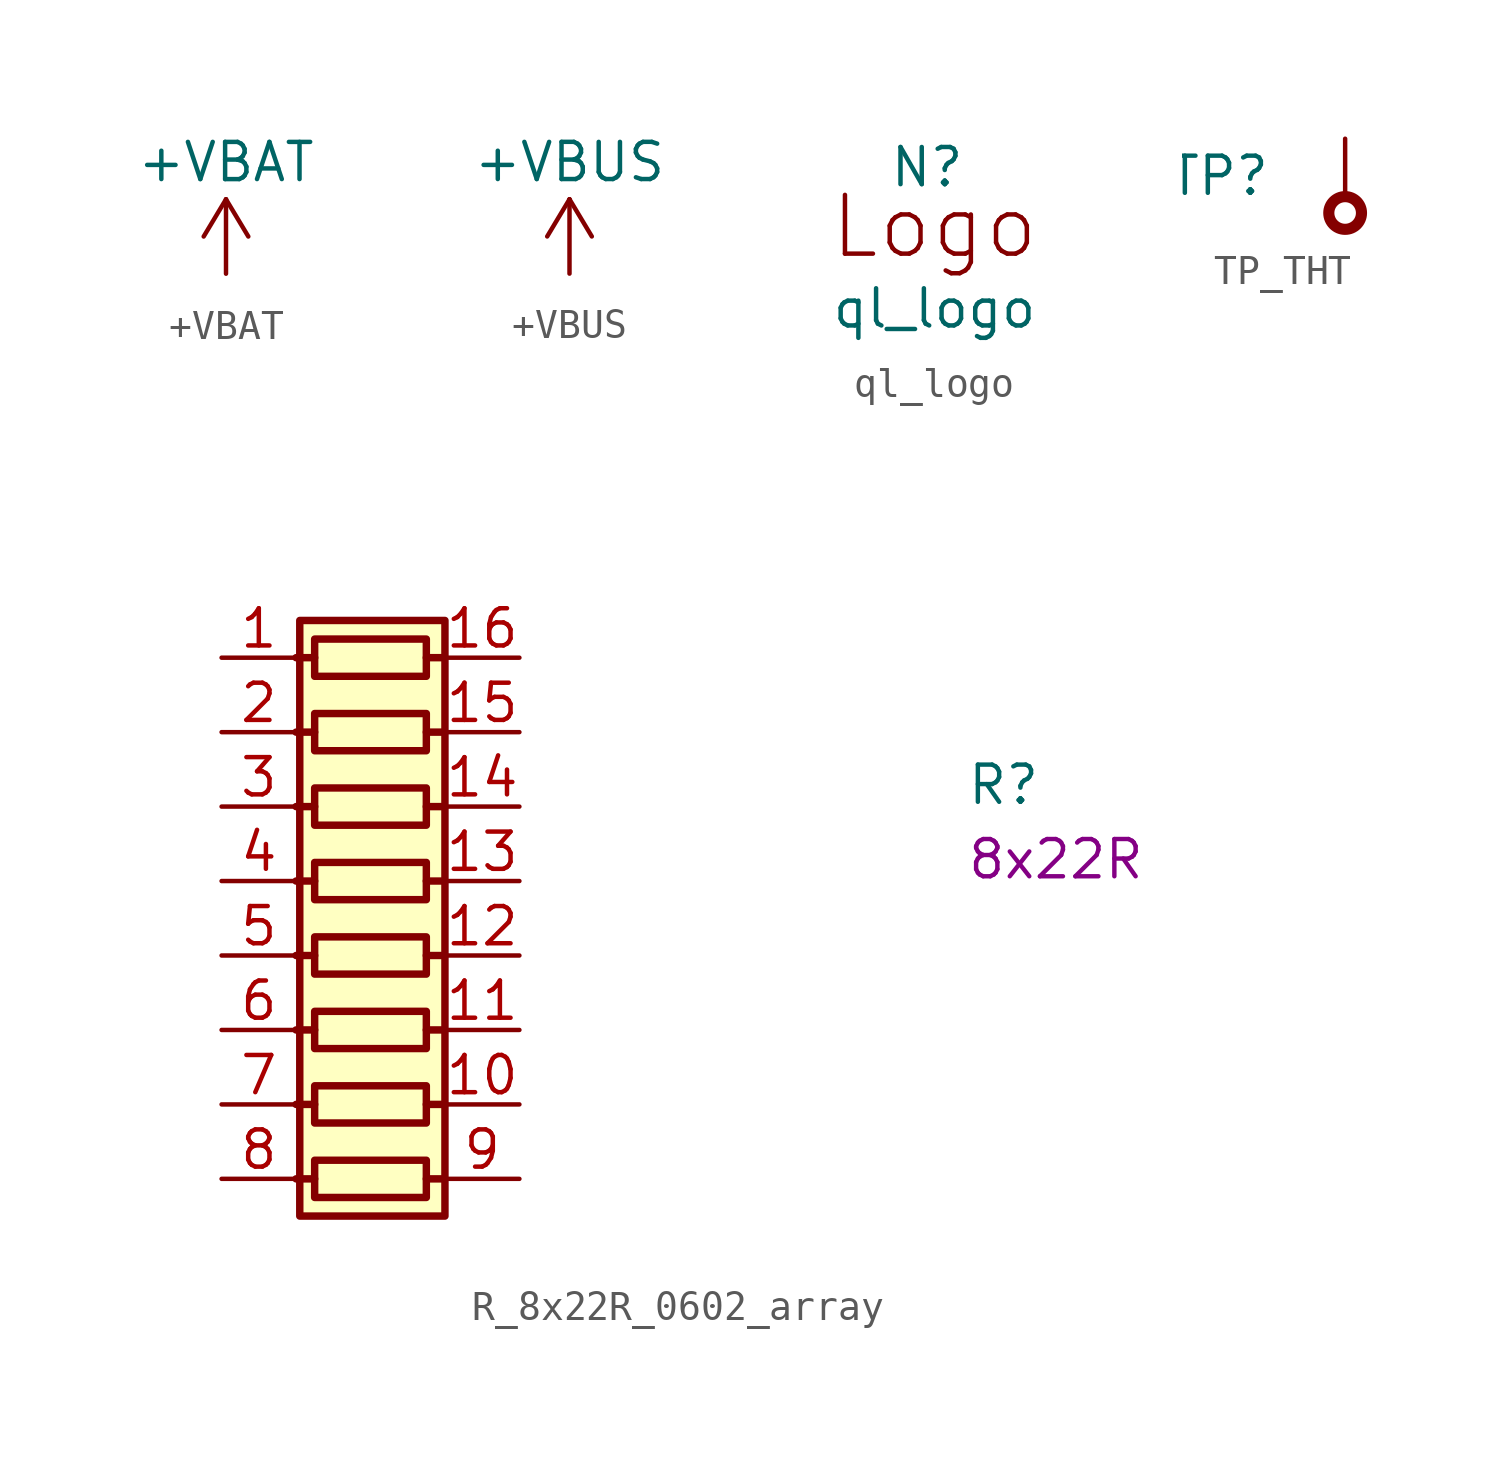
<source format=kicad_sym>
(kicad_symbol_lib
  (version 20211014)
  (generator kmake_loclib)
  (symbol "quickfeather-board:+VBAT"
    (power)
    (pin_names
      (offset 1.016))
    (property "Reference" "#PWR"
      (at 0 0 0)
      (effects (font (size 1.27 1.27)) hide))
    (property "Value" "+VBAT"
      (at 0 2.54 0)
      (effects (font (size 1.27 1.27))))
    (symbol "+VBAT_1_1"
      (polyline (pts (xy -0.762 0) (xy 0 1.27)) (stroke (width 0) (type solid)) (fill (type none)))
      (polyline (pts (xy 0 -1.27) (xy 0 1.27)) (stroke (width 0) (type solid)) (fill (type none)))
      (polyline (pts (xy 0 1.27) (xy 0.762 0)) (stroke (width 0) (type solid)) (fill (type none)))
      (pin power_in line (at 0 -1.27 90) (length 0) hide (name "+VBAT" (effects (font (size 1.27 1.27)))) (number "1" (effects (font (size 1.27 1.27)))))))
  (symbol "quickfeather-board:+VBUS"
    (power)
    (pin_names
      (offset 1.016))
    (property "Reference" "#PWR"
      (at 0 0 0)
      (effects (font (size 1.27 1.27)) hide))
    (property "Value" "+VBUS"
      (at 0 2.54 0)
      (effects (font (size 1.27 1.27))))
    (symbol "+VBUS_1_1"
      (polyline (pts (xy -0.762 0) (xy 0 1.27)) (stroke (width 0) (type solid)) (fill (type none)))
      (polyline (pts (xy 0 -1.27) (xy 0 1.27)) (stroke (width 0) (type solid)) (fill (type none)))
      (polyline (pts (xy 0 1.27) (xy 0.762 0)) (stroke (width 0) (type solid)) (fill (type none)))
      (pin power_in line (at 0 -1.27 90) (length 0) hide (name "+VBUS" (effects (font (size 1.27 1.27)))) (number "1" (effects (font (size 1.27 1.27)))))))
  (symbol "quickfeather-board:ql_logo"
    (pin_names
      (offset 1.016))
    (property "Reference" "N"
      (at 0.508 1.016 0)
      (effects (font (size 1.27 1.27))))
    (property "Value" "ql_logo"
      (at 0.762 -3.81 0)
      (effects (font (size 1.27 1.27))))
    (symbol "ql_logo_1_1"
      (text "Logo" (at 0.762 -1.016 0) (effects (font (size 2.007 2.007))))))
  (symbol "quickfeather-board:TP_THT"
    (pin_numbers hide)
    (pin_names
      (offset 0))
    (property "Reference" "TP"
      (at -2.54 1.27 0)
      (effects (font (size 1.27 1.27)) (justify right)))
    (symbol "TP_THT_0_1"
      (circle (center 0 0) (radius 0.559) (stroke (width 0.381) (type solid)) (fill (type none))))
    (symbol "TP_THT_1_1"
      (pin passive line (at 0 2.54 270) (length 1.905) (name "~" (effects (font (size 1.27 1.27)))) (number "1" (effects (font (size 1.27 1.27)))))))
  (symbol "R_8x22R_0602_array"
    (pin_names hide)
    (property "Reference" "R"
      (at 25.4 -5.08 0)
      (effects (font (size 1.27 1.27) (thickness 0.15)) (justify left bottom)))
    (property "Val" "8x22R"
      (at 25.4 -7.62 0)
      (effects (font (size 1.27 1.27) (thickness 0.15)) (justify left bottom)))
    (symbol "R_8x22R_0602_array_1_1"
      (polyline (pts (xy 2.54 -17.78) (xy 3.175 -17.78)) (stroke (width 0.254) (type default)) (fill (type none)))
      (polyline (pts (xy 2.54 -15.24) (xy 3.175 -15.24)) (stroke (width 0.254) (type default)) (fill (type none)))
      (polyline (pts (xy 2.54 -12.7) (xy 3.175 -12.7)) (stroke (width 0.254) (type default)) (fill (type none)))
      (polyline (pts (xy 2.54 -10.16) (xy 3.175 -10.16)) (stroke (width 0.254) (type default)) (fill (type none)))
      (polyline (pts (xy 2.54 -7.62) (xy 3.175 -7.62)) (stroke (width 0.254) (type default)) (fill (type none)))
      (polyline (pts (xy 2.54 -5.08) (xy 3.175 -5.08)) (stroke (width 0.254) (type default)) (fill (type none)))
      (polyline (pts (xy 2.54 -2.54) (xy 3.175 -2.54)) (stroke (width 0.254) (type default)) (fill (type none)))
      (polyline (pts (xy 2.54 0) (xy 3.175 0)) (stroke (width 0.254) (type default)) (fill (type none)))
      (polyline (pts (xy 6.985 -17.78) (xy 7.62 -17.78)) (stroke (width 0.254) (type default)) (fill (type none)))
      (polyline (pts (xy 6.985 -15.24) (xy 7.62 -15.24)) (stroke (width 0.254) (type default)) (fill (type none)))
      (polyline (pts (xy 6.985 -12.7) (xy 7.62 -12.7)) (stroke (width 0.254) (type default)) (fill (type none)))
      (polyline (pts (xy 6.985 -10.16) (xy 7.62 -10.16)) (stroke (width 0.254) (type default)) (fill (type none)))
      (polyline (pts (xy 6.985 -7.62) (xy 7.62 -7.62)) (stroke (width 0.254) (type default)) (fill (type none)))
      (polyline (pts (xy 6.985 -5.08) (xy 7.62 -5.08)) (stroke (width 0.254) (type default)) (fill (type none)))
      (polyline (pts (xy 6.985 -2.54) (xy 7.62 -2.54)) (stroke (width 0.254) (type default)) (fill (type none)))
      (polyline (pts (xy 6.985 0) (xy 7.62 0)) (stroke (width 0.254) (type default)) (fill (type none)))
      (rectangle (start 2.667 1.27) (end 7.62 -19.05) (stroke (width 0.254) (type default)) (fill (type background)))
      (rectangle (start 6.985 -17.145) (end 3.175 -18.415) (stroke (width 0.254) (type default)) (fill (type none)))
      (rectangle (start 6.985 -14.605) (end 3.175 -15.875) (stroke (width 0.254) (type default)) (fill (type none)))
      (rectangle (start 6.985 -12.065) (end 3.175 -13.335) (stroke (width 0.254) (type default)) (fill (type none)))
      (rectangle (start 6.985 -9.525) (end 3.175 -10.795) (stroke (width 0.254) (type default)) (fill (type none)))
      (rectangle (start 6.985 -6.985) (end 3.175 -8.255) (stroke (width 0.254) (type default)) (fill (type none)))
      (rectangle (start 6.985 -4.445) (end 3.175 -5.715) (stroke (width 0.254) (type default)) (fill (type none)))
      (rectangle (start 6.985 -1.905) (end 3.175 -3.175) (stroke (width 0.254) (type default)) (fill (type none)))
      (rectangle (start 6.985 0.635) (end 3.175 -0.635) (stroke (width 0.254) (type default)) (fill (type none)))
      (pin passive line (at 0 0 0) (length 2.54) (name "1" (effects (font (size 1.27 1.27)))) (number "1" (effects (font (size 1.27 1.27)))))
      (pin passive line (at 10.16 -15.24 180) (length 2.54) (name "10" (effects (font (size 1.27 1.27)))) (number "10" (effects (font (size 1.27 1.27)))))
      (pin passive line (at 10.16 -12.7 180) (length 2.54) (name "11" (effects (font (size 1.27 1.27)))) (number "11" (effects (font (size 1.27 1.27)))))
      (pin passive line (at 10.16 -10.16 180) (length 2.54) (name "12" (effects (font (size 1.27 1.27)))) (number "12" (effects (font (size 1.27 1.27)))))
      (pin passive line (at 10.16 -7.62 180) (length 2.54) (name "13" (effects (font (size 1.27 1.27)))) (number "13" (effects (font (size 1.27 1.27)))))
      (pin passive line (at 10.16 -5.08 180) (length 2.54) (name "14" (effects (font (size 1.27 1.27)))) (number "14" (effects (font (size 1.27 1.27)))))
      (pin passive line (at 10.16 -2.54 180) (length 2.54) (name "15" (effects (font (size 1.27 1.27)))) (number "15" (effects (font (size 1.27 1.27)))))
      (pin passive line (at 10.16 0 180) (length 2.54) (name "16" (effects (font (size 1.27 1.27)))) (number "16" (effects (font (size 1.27 1.27)))))
      (pin passive line (at 0 -2.54 0) (length 2.54) (name "2" (effects (font (size 1.27 1.27)))) (number "2" (effects (font (size 1.27 1.27)))))
      (pin passive line (at 0 -5.08 0) (length 2.54) (name "3" (effects (font (size 1.27 1.27)))) (number "3" (effects (font (size 1.27 1.27)))))
      (pin passive line (at 0 -7.62 0) (length 2.54) (name "4" (effects (font (size 1.27 1.27)))) (number "4" (effects (font (size 1.27 1.27)))))
      (pin passive line (at 0 -10.16 0) (length 2.54) (name "5" (effects (font (size 1.27 1.27)))) (number "5" (effects (font (size 1.27 1.27)))))
      (pin passive line (at 0 -12.7 0) (length 2.54) (name "6" (effects (font (size 1.27 1.27)))) (number "6" (effects (font (size 1.27 1.27)))))
      (pin passive line (at 0 -15.24 0) (length 2.54) (name "7" (effects (font (size 1.27 1.27)))) (number "7" (effects (font (size 1.27 1.27)))))
      (pin passive line (at 0 -17.78 0) (length 2.54) (name "8" (effects (font (size 1.27 1.27)))) (number "8" (effects (font (size 1.27 1.27)))))
      (pin passive line (at 10.16 -17.78 180) (length 2.54) (name "9" (effects (font (size 1.27 1.27)))) (number "9" (effects (font (size 1.27 1.27))))))))
</source>
